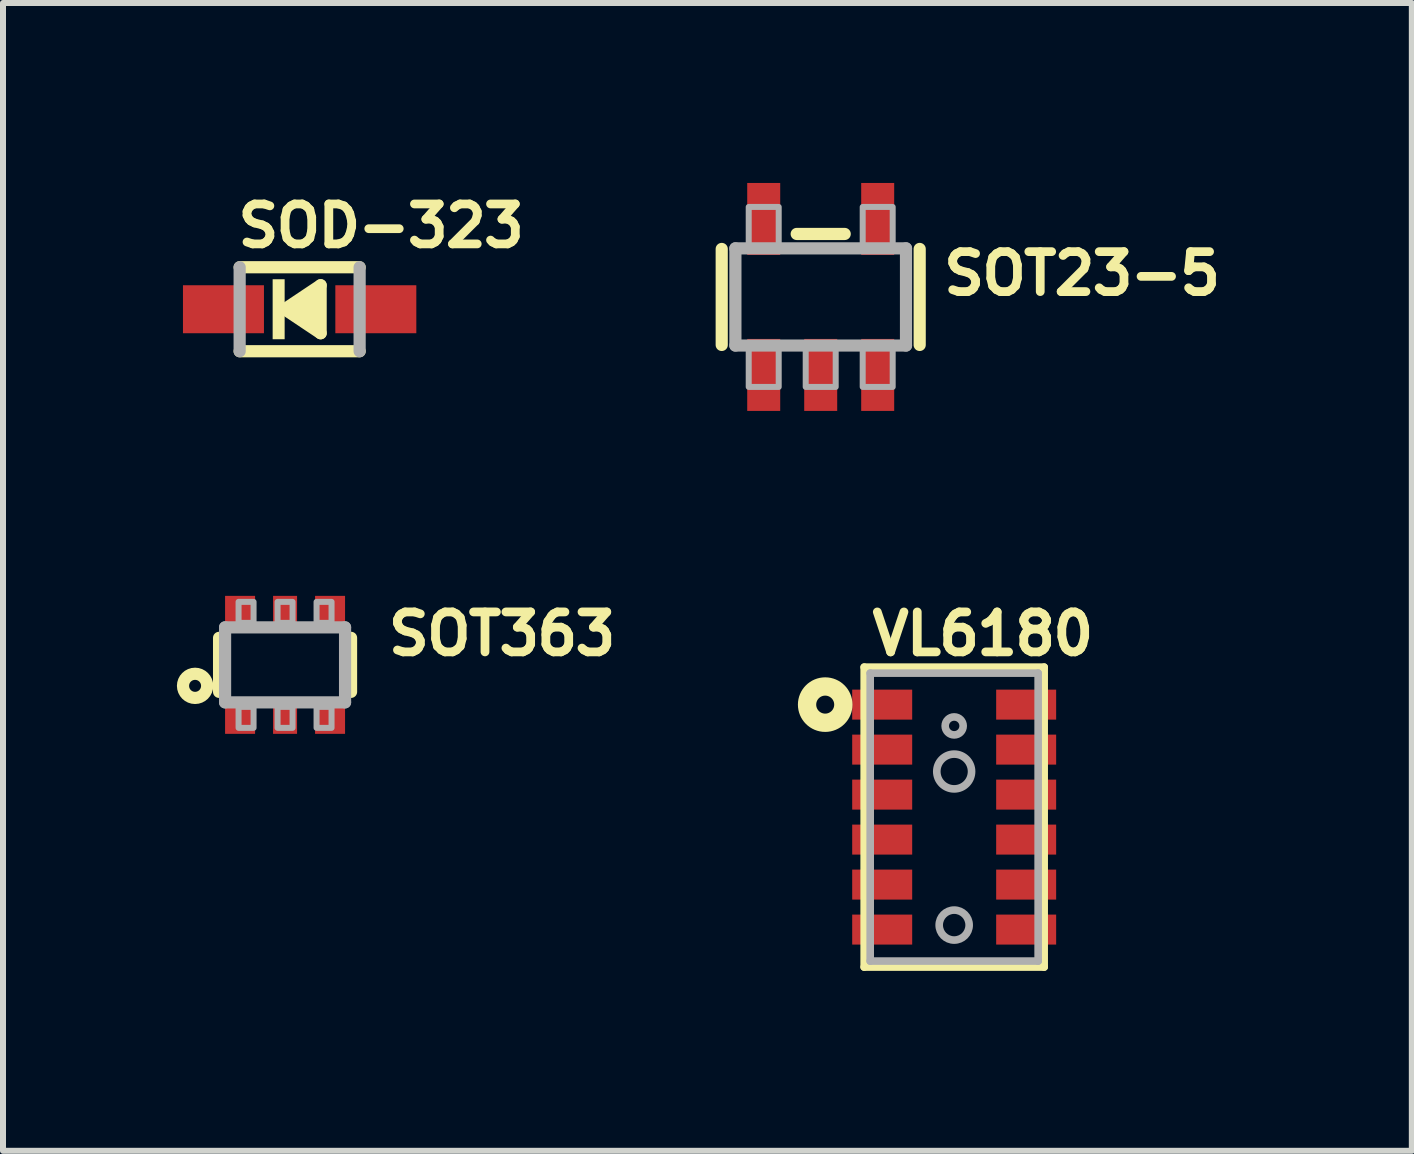
<source format=kicad_pcb>
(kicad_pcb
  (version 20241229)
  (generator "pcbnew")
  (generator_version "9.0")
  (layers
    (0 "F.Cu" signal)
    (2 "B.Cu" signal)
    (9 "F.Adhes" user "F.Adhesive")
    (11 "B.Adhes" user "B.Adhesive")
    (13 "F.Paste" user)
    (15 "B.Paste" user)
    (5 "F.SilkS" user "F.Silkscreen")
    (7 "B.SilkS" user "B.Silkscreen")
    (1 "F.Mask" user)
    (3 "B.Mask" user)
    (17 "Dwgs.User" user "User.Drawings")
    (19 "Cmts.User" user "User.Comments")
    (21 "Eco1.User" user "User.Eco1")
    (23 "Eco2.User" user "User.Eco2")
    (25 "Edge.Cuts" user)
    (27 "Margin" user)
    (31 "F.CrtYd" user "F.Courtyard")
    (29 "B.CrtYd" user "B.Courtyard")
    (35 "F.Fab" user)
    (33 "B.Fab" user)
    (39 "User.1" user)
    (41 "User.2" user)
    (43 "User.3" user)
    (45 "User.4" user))
  (footprint "SOT23-5"
    (layer "F.Cu")
    (at 10.631 1.9)
    (property "Reference" "SOT23-5" (at 1.978 0 0) (layer "F.SilkS") (effects (font (size 0.666 0.666) (thickness 0.146)) (justify left bottom)))
    (fp_line (start -1.65 -0.8) (end -1.65 0.8) (stroke (width 0.203) (type solid)) (layer "F.SilkS"))
    (fp_line (start -0.4 -1.05) (end 0.4 -1.05) (stroke (width 0.203) (type solid)) (layer "F.SilkS"))
    (fp_line (start 1.65 -0.8) (end 1.65 0.8) (stroke (width 0.203) (type solid)) (layer "F.SilkS"))
    (fp_line (start -1.422 -0.81) (end 1.422 -0.81) (stroke (width 0.203) (type solid)) (layer "F.Fab"))
    (fp_line (start -1.422 0.81) (end -1.422 -0.81) (stroke (width 0.203) (type solid)) (layer "F.Fab"))
    (fp_line (start 1.422 -0.81) (end 1.422 0.81) (stroke (width 0.203) (type solid)) (layer "F.Fab"))
    (fp_line (start 1.422 0.81) (end -1.422 0.81) (stroke (width 0.203) (type solid)) (layer "F.Fab"))
    (fp_poly (pts (xy -1.2 -0.85) (xy -0.7 -0.85) (xy -0.7 -1.5) (xy -1.2 -1.5)) (stroke (width 0.1) (type solid)) (fill no) (layer "F.Fab"))
    (fp_poly (pts (xy -1.2 1.5) (xy -0.7 1.5) (xy -0.7 0.85) (xy -1.2 0.85)) (stroke (width 0.1) (type solid)) (fill no) (layer "F.Fab"))
    (fp_poly (pts (xy -0.25 1.5) (xy 0.25 1.5) (xy 0.25 0.85) (xy -0.25 0.85)) (stroke (width 0.1) (type solid)) (fill no) (layer "F.Fab"))
    (fp_poly (pts (xy 0.7 -0.85) (xy 1.2 -0.85) (xy 1.2 -1.5) (xy 0.7 -1.5)) (stroke (width 0.1) (type solid)) (fill no) (layer "F.Fab"))
    (fp_poly (pts (xy 0.7 1.5) (xy 1.2 1.5) (xy 1.2 0.85) (xy 0.7 0.85)) (stroke (width 0.1) (type solid)) (fill no) (layer "F.Fab"))
    (pad "1" smd rect (at -0.95 1.3) (size 0.55 1.2) (layers "F.Cu" "F.Mask" "F.Paste"))
    (pad "2" smd rect (at 0 1.3) (size 0.55 1.2) (layers "F.Cu" "F.Mask" "F.Paste"))
    (pad "3" smd rect (at 0.95 1.3) (size 0.55 1.2) (layers "F.Cu" "F.Mask" "F.Paste"))
    (pad "4" smd rect (at 0.95 -1.3) (size 0.55 1.2) (layers "F.Cu" "F.Mask" "F.Paste"))
    (pad "5" smd rect (at -0.95 -1.3) (size 0.55 1.2) (layers "F.Cu" "F.Mask" "F.Paste")))
  (footprint "VL6180"
    (layer "F.Cu")
    (at 12.856 10.571)
    (property "Reference" "VL6180" (at -1.441 -2.665 0) (layer "F.SilkS") (effects (font (size 0.666 0.666) (thickness 0.146)) (justify left bottom)))
    (fp_line (start -1.5 -2.5) (end 1.5 -2.5) (stroke (width 0.127) (type solid)) (layer "F.SilkS"))
    (fp_line (start -1.5 2.5) (end -1.5 -2.5) (stroke (width 0.127) (type solid)) (layer "F.SilkS"))
    (fp_line (start 1.5 -2.5) (end 1.5 2.5) (stroke (width 0.127) (type solid)) (layer "F.SilkS"))
    (fp_line (start 1.5 2.5) (end -1.5 2.5) (stroke (width 0.127) (type solid)) (layer "F.SilkS"))
    (fp_circle (center -2.15 -1.875) (end -2 -1.875) (stroke (width 0.305) (type solid)) (fill no) (layer "F.SilkS"))
    (fp_line (start -1.4 -2.4) (end -1.4 2.4) (stroke (width 0.127) (type solid)) (layer "F.Fab"))
    (fp_line (start -1.4 2.4) (end 1.4 2.4) (stroke (width 0.127) (type solid)) (layer "F.Fab"))
    (fp_line (start 1.4 -2.4) (end -1.4 -2.4) (stroke (width 0.127) (type solid)) (layer "F.Fab"))
    (fp_line (start 1.4 2.4) (end 1.4 -2.4) (stroke (width 0.127) (type solid)) (layer "F.Fab"))
    (fp_circle (center 0 -1.52) (end 0.15 -1.52) (stroke (width 0.127) (type solid)) (fill no) (layer "F.Fab"))
    (fp_circle (center 0 -0.76) (end 0.29 -0.76) (stroke (width 0.127) (type solid)) (fill no) (layer "F.Fab"))
    (fp_circle (center 0 1.8) (end 0.25 1.8) (stroke (width 0.127) (type solid)) (fill no) (layer "F.Fab"))
    (pad "1" smd rect (at -1.2 -1.875 270) (size 0.5 1) (layers "F.Cu" "F.Mask" "F.Paste"))
    (pad "2" smd rect (at -1.2 -1.125 270) (size 0.5 1) (layers "F.Cu" "F.Mask" "F.Paste"))
    (pad "3" smd rect (at -1.2 -0.375 270) (size 0.5 1) (layers "F.Cu" "F.Mask" "F.Paste"))
    (pad "4" smd rect (at -1.2 0.375 270) (size 0.5 1) (layers "F.Cu" "F.Mask" "F.Paste"))
    (pad "5" smd rect (at -1.2 1.125 270) (size 0.5 1) (layers "F.Cu" "F.Mask" "F.Paste"))
    (pad "6" smd rect (at -1.2 1.875 270) (size 0.5 1) (layers "F.Cu" "F.Mask" "F.Paste"))
    (pad "7" smd rect (at 1.2 1.875 270) (size 0.5 1) (layers "F.Cu" "F.Mask" "F.Paste"))
    (pad "8" smd rect (at 1.2 1.125 270) (size 0.5 1) (layers "F.Cu" "F.Mask" "F.Paste"))
    (pad "9" smd rect (at 1.2 0.375 270) (size 0.5 1) (layers "F.Cu" "F.Mask" "F.Paste"))
    (pad "10" smd rect (at 1.2 -0.375 270) (size 0.5 1) (layers "F.Cu" "F.Mask" "F.Paste"))
    (pad "11" smd rect (at 1.2 -1.125 270) (size 0.5 1) (layers "F.Cu" "F.Mask" "F.Paste"))
    (pad "12" smd rect (at 1.2 -1.875 270) (size 0.5 1) (layers "F.Cu" "F.Mask" "F.Paste")))
  (footprint "SOD-323"
    (layer "F.Cu")
    (at 1.945 2.105)
    (property "Reference" "SOD-323" (at -1.1 -1 0) (layer "F.SilkS") (effects (font (size 0.666 0.666) (thickness 0.146)) (justify left bottom)))
    (fp_line (start -1 -0.7) (end 1 -0.7) (stroke (width 0.203) (type solid)) (layer "F.SilkS"))
    (fp_line (start -0.25 0) (end 0.35 -0.4) (stroke (width 0.203) (type solid)) (layer "F.SilkS"))
    (fp_line (start 0.35 -0.4) (end 0.35 0.4) (stroke (width 0.203) (type solid)) (layer "F.SilkS"))
    (fp_line (start 0.35 0.4) (end -0.25 0) (stroke (width 0.203) (type solid)) (layer "F.SilkS"))
    (fp_line (start 1 0.7) (end -1 0.7) (stroke (width 0.203) (type solid)) (layer "F.SilkS"))
    (fp_poly (pts (xy 0.302 0.39) (xy -0.283 0) (xy 0.302 -0.39)) (stroke (width 0) (type solid)) (fill yes) (layer "F.SilkS"))
    (fp_poly (pts (xy -0.45 0.5) (xy -0.25 0.5) (xy -0.25 -0.5) (xy -0.45 -0.5)) (stroke (width 0) (type solid)) (fill yes) (layer "F.SilkS"))
    (fp_line (start -1 0.7) (end -1 -0.7) (stroke (width 0.203) (type solid)) (layer "F.Fab"))
    (fp_line (start 1 -0.7) (end 1 0.7) (stroke (width 0.203) (type solid)) (layer "F.Fab"))
    (pad "A" smd rect (at 1.27 0) (size 1.35 0.8) (layers "F.Cu" "F.Mask" "F.Paste"))
    (pad "C" smd rect (at -1.27 0) (size 1.35 0.8) (layers "F.Cu" "F.Mask" "F.Paste")))
  (footprint "SOT363"
    (layer "F.Cu")
    (at 1.702 8.033)
    (property "Reference" "SOT363" (at 1.651 -0.127 0) (layer "F.SilkS") (effects (font (size 0.666 0.666) (thickness 0.146)) (justify left bottom)))
    (fp_line (start -1.1 -0.45) (end -1.1 0.45) (stroke (width 0.203) (type solid)) (layer "F.SilkS"))
    (fp_line (start 1.1 -0.45) (end 1.1 0.45) (stroke (width 0.203) (type solid)) (layer "F.SilkS"))
    (fp_circle (center -1.5 0.35) (end -1.4 0.35) (stroke (width 0.203) (type solid)) (fill no) (layer "F.SilkS"))
    (fp_line (start -1 -0.625) (end 1 -0.625) (stroke (width 0.203) (type solid)) (layer "F.Fab"))
    (fp_line (start -1 0.625) (end -1 -0.625) (stroke (width 0.203) (type solid)) (layer "F.Fab"))
    (fp_line (start 1 -0.625) (end 1 0.625) (stroke (width 0.203) (type solid)) (layer "F.Fab"))
    (fp_line (start 1 0.625) (end -1 0.625) (stroke (width 0.203) (type solid)) (layer "F.Fab"))
    (fp_poly (pts (xy -0.775 -0.7) (xy -0.525 -0.7) (xy -0.525 -1.05) (xy -0.775 -1.05)) (stroke (width 0.1) (type solid)) (fill no) (layer "F.Fab"))
    (fp_poly (pts (xy -0.775 1.05) (xy -0.525 1.05) (xy -0.525 0.7) (xy -0.775 0.7)) (stroke (width 0.1) (type solid)) (fill no) (layer "F.Fab"))
    (fp_poly (pts (xy -0.125 -0.7) (xy 0.125 -0.7) (xy 0.125 -1.05) (xy -0.125 -1.05)) (stroke (width 0.1) (type solid)) (fill no) (layer "F.Fab"))
    (fp_poly (pts (xy -0.125 1.05) (xy 0.125 1.05) (xy 0.125 0.7) (xy -0.125 0.7)) (stroke (width 0.1) (type solid)) (fill no) (layer "F.Fab"))
    (fp_poly (pts (xy 0.525 -0.7) (xy 0.775 -0.7) (xy 0.775 -1.05) (xy 0.525 -1.05)) (stroke (width 0.1) (type solid)) (fill no) (layer "F.Fab"))
    (fp_poly (pts (xy 0.525 1.05) (xy 0.775 1.05) (xy 0.775 0.7) (xy 0.525 0.7)) (stroke (width 0.1) (type solid)) (fill no) (layer "F.Fab"))
    (pad "1" smd rect (at -0.75 0.9) (size 0.5 0.5) (layers "F.Cu" "F.Mask" "F.Paste"))
    (pad "2" smd rect (at 0 0.9) (size 0.4 0.5) (layers "F.Cu" "F.Mask" "F.Paste"))
    (pad "3" smd rect (at 0.75 0.9) (size 0.5 0.5) (layers "F.Cu" "F.Mask" "F.Paste"))
    (pad "4" smd rect (at 0.75 -0.9) (size 0.5 0.5) (layers "F.Cu" "F.Mask" "F.Paste"))
    (pad "5" smd rect (at 0 -0.9) (size 0.4 0.5) (layers "F.Cu" "F.Mask" "F.Paste"))
    (pad "6" smd rect (at -0.75 -0.9) (size 0.5 0.5) (layers "F.Cu" "F.Mask" "F.Paste")))
  (gr_rect
    (start -3 -3)
    (end 20.485 16.134)
    (stroke (width 0.1) (type default))
    (fill no)
    (layer "Edge.Cuts")))
</source>
